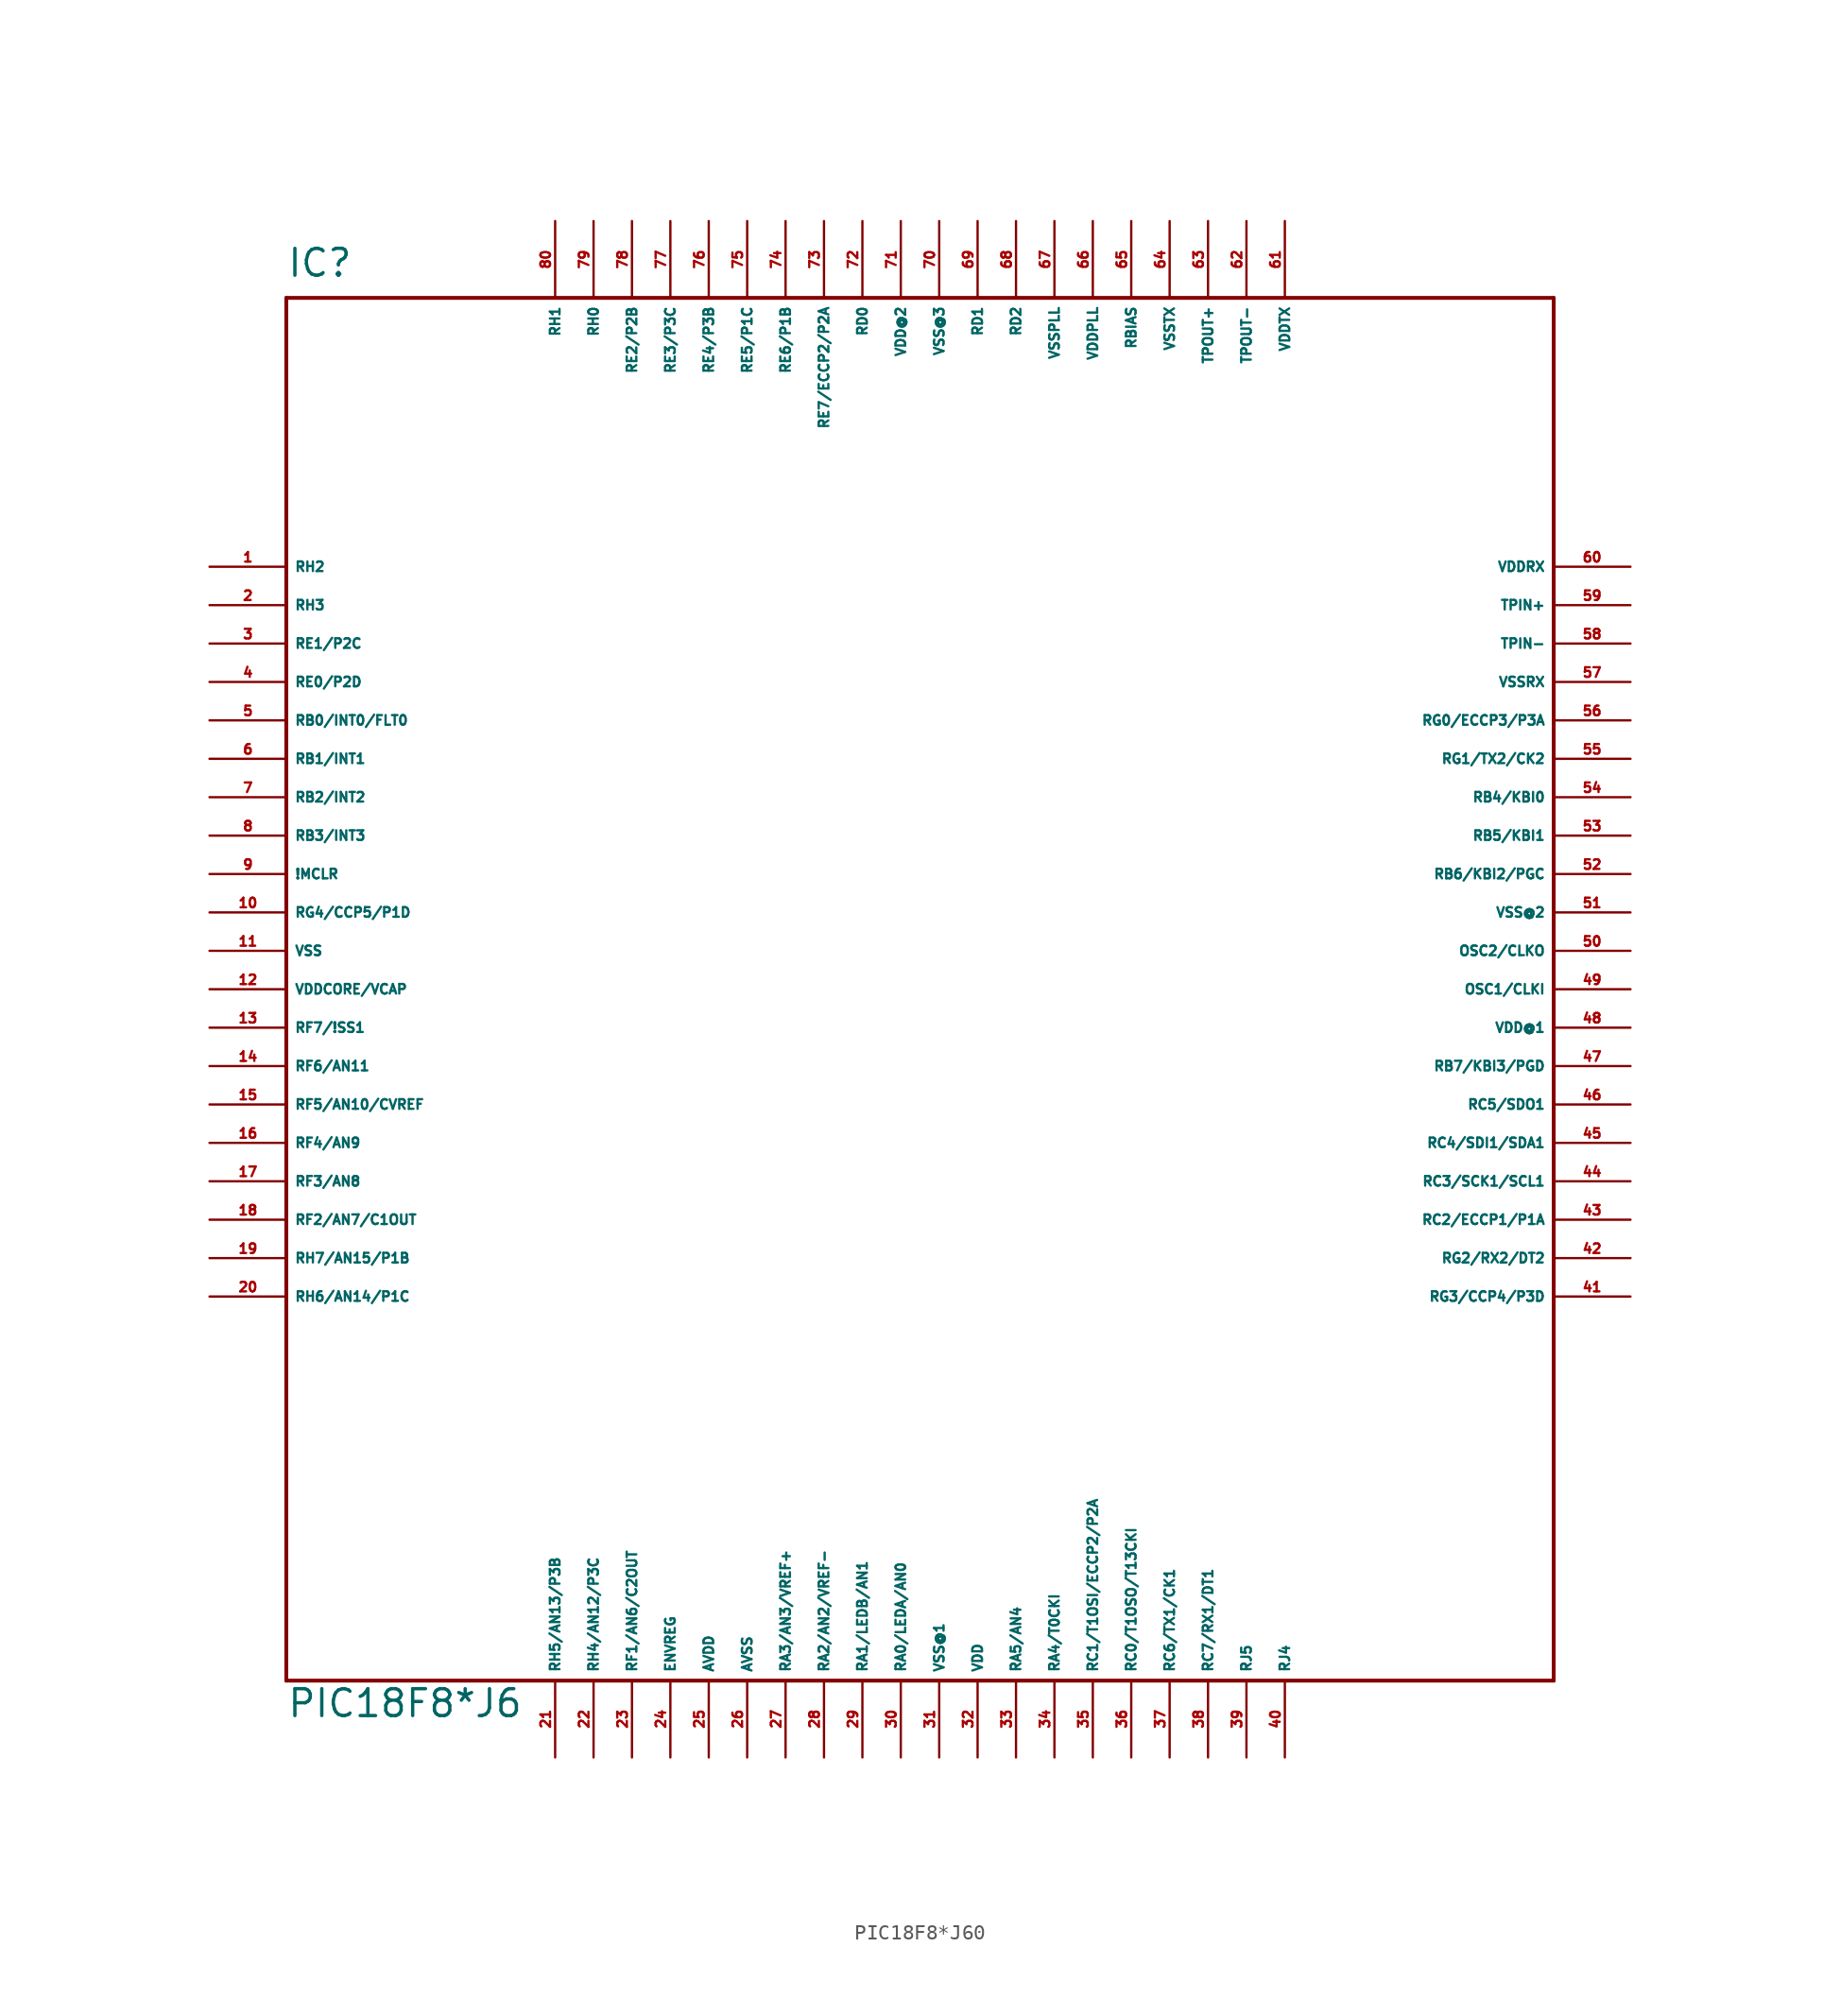
<source format=kicad_sym>
(kicad_symbol_lib
  (version 20220914)
  (generator Eagle2Kicad)
  (symbol "PIC18F8*J60"
    (property "Reference" "IC"
      (at -43.18 44.45 0)
      (effects (font (size 1.778 1.778) (thickness 0.22)) (justify left bottom)))
    (property "Value" "PIC18F8*J6"
      (at -43.18 -50.8 0)
      (effects (font (size 1.778 1.778) (thickness 0.22)) (justify left bottom)))
    (polyline
      (pts (xy -43.18 -48.26) (xy 40.64 -48.26))
      (stroke (width 0.254) (type default))
      (fill (type none)))
    (polyline
      (pts (xy 40.64 -48.26) (xy 40.64 43.18))
      (stroke (width 0.254) (type default))
      (fill (type none)))
    (polyline
      (pts (xy 40.64 43.18) (xy -43.18 43.18))
      (stroke (width 0.254) (type default))
      (fill (type none)))
    (polyline
      (pts (xy -43.18 43.18) (xy -43.18 -48.26))
      (stroke (width 0.254) (type default))
      (fill (type none)))
    (pin bidirectional line
      (at -48.26 25.4 0)
      (length 5.08)
      (name "RH2" (effects (font (size 0.635 0.635) (thickness 0.08)) (justify left bottom)))
      (number "1" (effects (font (size 0.635 0.635) (thickness 0.08)) (justify left bottom))))
    (pin bidirectional line
      (at -48.26 22.86 0)
      (length 5.08)
      (name "RH3" (effects (font (size 0.635 0.635) (thickness 0.08)) (justify left bottom)))
      (number "2" (effects (font (size 0.635 0.635) (thickness 0.08)) (justify left bottom))))
    (pin bidirectional line
      (at -48.26 20.32 0)
      (length 5.08)
      (name "RE1/P2C" (effects (font (size 0.635 0.635) (thickness 0.08)) (justify left bottom)))
      (number "3" (effects (font (size 0.635 0.635) (thickness 0.08)) (justify left bottom))))
    (pin bidirectional line
      (at -48.26 17.78 0)
      (length 5.08)
      (name "RE0/P2D" (effects (font (size 0.635 0.635) (thickness 0.08)) (justify left bottom)))
      (number "4" (effects (font (size 0.635 0.635) (thickness 0.08)) (justify left bottom))))
    (pin bidirectional line
      (at -48.26 15.24 0)
      (length 5.08)
      (name "RB0/INT0/FLT0" (effects (font (size 0.635 0.635) (thickness 0.08)) (justify left bottom)))
      (number "5" (effects (font (size 0.635 0.635) (thickness 0.08)) (justify left bottom))))
    (pin bidirectional line
      (at -48.26 12.7 0)
      (length 5.08)
      (name "RB1/INT1" (effects (font (size 0.635 0.635) (thickness 0.08)) (justify left bottom)))
      (number "6" (effects (font (size 0.635 0.635) (thickness 0.08)) (justify left bottom))))
    (pin bidirectional line
      (at -48.26 10.16 0)
      (length 5.08)
      (name "RB2/INT2" (effects (font (size 0.635 0.635) (thickness 0.08)) (justify left bottom)))
      (number "7" (effects (font (size 0.635 0.635) (thickness 0.08)) (justify left bottom))))
    (pin bidirectional line
      (at -48.26 7.62 0)
      (length 5.08)
      (name "RB3/INT3" (effects (font (size 0.635 0.635) (thickness 0.08)) (justify left bottom)))
      (number "8" (effects (font (size 0.635 0.635) (thickness 0.08)) (justify left bottom))))
    (pin input line
      (at -48.26 5.08 0)
      (length 5.08)
      (name "!MCLR" (effects (font (size 0.635 0.635) (thickness 0.08)) (justify left bottom)))
      (number "9" (effects (font (size 0.635 0.635) (thickness 0.08)) (justify left bottom))))
    (pin bidirectional line
      (at -48.26 2.54 0)
      (length 5.08)
      (name "RG4/CCP5/P1D" (effects (font (size 0.635 0.635) (thickness 0.08)) (justify left bottom)))
      (number "10" (effects (font (size 0.635 0.635) (thickness 0.08)) (justify left bottom))))
    (pin unspecified line
      (at -48.26 0 0)
      (length 5.08)
      (name "VSS" (effects (font (size 0.635 0.635) (thickness 0.08)) (justify left bottom)))
      (number "11" (effects (font (size 0.635 0.635) (thickness 0.08)) (justify left bottom))))
    (pin input line
      (at -48.26 -2.54 0)
      (length 5.08)
      (name "VDDCORE/VCAP" (effects (font (size 0.635 0.635) (thickness 0.08)) (justify left bottom)))
      (number "12" (effects (font (size 0.635 0.635) (thickness 0.08)) (justify left bottom))))
    (pin bidirectional line
      (at -48.26 -5.08 0)
      (length 5.08)
      (name "RF7/!SS1" (effects (font (size 0.635 0.635) (thickness 0.08)) (justify left bottom)))
      (number "13" (effects (font (size 0.635 0.635) (thickness 0.08)) (justify left bottom))))
    (pin bidirectional line
      (at -48.26 -7.62 0)
      (length 5.08)
      (name "RF6/AN11" (effects (font (size 0.635 0.635) (thickness 0.08)) (justify left bottom)))
      (number "14" (effects (font (size 0.635 0.635) (thickness 0.08)) (justify left bottom))))
    (pin bidirectional line
      (at -48.26 -10.16 0)
      (length 5.08)
      (name "RF5/AN10/CVREF" (effects (font (size 0.635 0.635) (thickness 0.08)) (justify left bottom)))
      (number "15" (effects (font (size 0.635 0.635) (thickness 0.08)) (justify left bottom))))
    (pin bidirectional line
      (at -48.26 -12.7 0)
      (length 5.08)
      (name "RF4/AN9" (effects (font (size 0.635 0.635) (thickness 0.08)) (justify left bottom)))
      (number "16" (effects (font (size 0.635 0.635) (thickness 0.08)) (justify left bottom))))
    (pin bidirectional line
      (at -48.26 -15.24 0)
      (length 5.08)
      (name "RF3/AN8" (effects (font (size 0.635 0.635) (thickness 0.08)) (justify left bottom)))
      (number "17" (effects (font (size 0.635 0.635) (thickness 0.08)) (justify left bottom))))
    (pin bidirectional line
      (at -48.26 -17.78 0)
      (length 5.08)
      (name "RF2/AN7/C1OUT" (effects (font (size 0.635 0.635) (thickness 0.08)) (justify left bottom)))
      (number "18" (effects (font (size 0.635 0.635) (thickness 0.08)) (justify left bottom))))
    (pin bidirectional line
      (at -48.26 -20.32 0)
      (length 5.08)
      (name "RH7/AN15/P1B" (effects (font (size 0.635 0.635) (thickness 0.08)) (justify left bottom)))
      (number "19" (effects (font (size 0.635 0.635) (thickness 0.08)) (justify left bottom))))
    (pin bidirectional line
      (at -48.26 -22.86 0)
      (length 5.08)
      (name "RH6/AN14/P1C" (effects (font (size 0.635 0.635) (thickness 0.08)) (justify left bottom)))
      (number "20" (effects (font (size 0.635 0.635) (thickness 0.08)) (justify left bottom))))
    (pin bidirectional line
      (at -25.4 -53.34 90)
      (length 5.08)
      (name "RH5/AN13/P3B" (effects (font (size 0.635 0.635) (thickness 0.08)) (justify left bottom)))
      (number "21" (effects (font (size 0.635 0.635) (thickness 0.08)) (justify left bottom))))
    (pin bidirectional line
      (at -22.86 -53.34 90)
      (length 5.08)
      (name "RH4/AN12/P3C" (effects (font (size 0.635 0.635) (thickness 0.08)) (justify left bottom)))
      (number "22" (effects (font (size 0.635 0.635) (thickness 0.08)) (justify left bottom))))
    (pin bidirectional line
      (at -20.32 -53.34 90)
      (length 5.08)
      (name "RF1/AN6/C2OUT" (effects (font (size 0.635 0.635) (thickness 0.08)) (justify left bottom)))
      (number "23" (effects (font (size 0.635 0.635) (thickness 0.08)) (justify left bottom))))
    (pin input line
      (at -17.78 -53.34 90)
      (length 5.08)
      (name "ENVREG" (effects (font (size 0.635 0.635) (thickness 0.08)) (justify left bottom)))
      (number "24" (effects (font (size 0.635 0.635) (thickness 0.08)) (justify left bottom))))
    (pin input line
      (at -15.24 -53.34 90)
      (length 5.08)
      (name "AVDD" (effects (font (size 0.635 0.635) (thickness 0.08)) (justify left bottom)))
      (number "25" (effects (font (size 0.635 0.635) (thickness 0.08)) (justify left bottom))))
    (pin input line
      (at -12.7 -53.34 90)
      (length 5.08)
      (name "AVSS" (effects (font (size 0.635 0.635) (thickness 0.08)) (justify left bottom)))
      (number "26" (effects (font (size 0.635 0.635) (thickness 0.08)) (justify left bottom))))
    (pin bidirectional line
      (at -10.16 -53.34 90)
      (length 5.08)
      (name "RA3/AN3/VREF+" (effects (font (size 0.635 0.635) (thickness 0.08)) (justify left bottom)))
      (number "27" (effects (font (size 0.635 0.635) (thickness 0.08)) (justify left bottom))))
    (pin bidirectional line
      (at -7.62 -53.34 90)
      (length 5.08)
      (name "RA2/AN2/VREF-" (effects (font (size 0.635 0.635) (thickness 0.08)) (justify left bottom)))
      (number "28" (effects (font (size 0.635 0.635) (thickness 0.08)) (justify left bottom))))
    (pin bidirectional line
      (at -5.08 -53.34 90)
      (length 5.08)
      (name "RA1/LEDB/AN1" (effects (font (size 0.635 0.635) (thickness 0.08)) (justify left bottom)))
      (number "29" (effects (font (size 0.635 0.635) (thickness 0.08)) (justify left bottom))))
    (pin bidirectional line
      (at -2.54 -53.34 90)
      (length 5.08)
      (name "RA0/LEDA/AN0" (effects (font (size 0.635 0.635) (thickness 0.08)) (justify left bottom)))
      (number "30" (effects (font (size 0.635 0.635) (thickness 0.08)) (justify left bottom))))
    (pin unspecified line
      (at 0 -53.34 90)
      (length 5.08)
      (name "VSS@1" (effects (font (size 0.635 0.635) (thickness 0.08)) (justify left bottom)))
      (number "31" (effects (font (size 0.635 0.635) (thickness 0.08)) (justify left bottom))))
    (pin unspecified line
      (at 2.54 -53.34 90)
      (length 5.08)
      (name "VDD" (effects (font (size 0.635 0.635) (thickness 0.08)) (justify left bottom)))
      (number "32" (effects (font (size 0.635 0.635) (thickness 0.08)) (justify left bottom))))
    (pin bidirectional line
      (at 5.08 -53.34 90)
      (length 5.08)
      (name "RA5/AN4" (effects (font (size 0.635 0.635) (thickness 0.08)) (justify left bottom)))
      (number "33" (effects (font (size 0.635 0.635) (thickness 0.08)) (justify left bottom))))
    (pin bidirectional line
      (at 7.62 -53.34 90)
      (length 5.08)
      (name "RA4/T0CKI" (effects (font (size 0.635 0.635) (thickness 0.08)) (justify left bottom)))
      (number "34" (effects (font (size 0.635 0.635) (thickness 0.08)) (justify left bottom))))
    (pin bidirectional line
      (at 10.16 -53.34 90)
      (length 5.08)
      (name "RC1/T1OSI/ECCP2/P2A" (effects (font (size 0.635 0.635) (thickness 0.08)) (justify left bottom)))
      (number "35" (effects (font (size 0.635 0.635) (thickness 0.08)) (justify left bottom))))
    (pin bidirectional line
      (at 12.7 -53.34 90)
      (length 5.08)
      (name "RC0/T1OSO/T13CKI" (effects (font (size 0.635 0.635) (thickness 0.08)) (justify left bottom)))
      (number "36" (effects (font (size 0.635 0.635) (thickness 0.08)) (justify left bottom))))
    (pin bidirectional line
      (at 15.24 -53.34 90)
      (length 5.08)
      (name "RC6/TX1/CK1" (effects (font (size 0.635 0.635) (thickness 0.08)) (justify left bottom)))
      (number "37" (effects (font (size 0.635 0.635) (thickness 0.08)) (justify left bottom))))
    (pin bidirectional line
      (at 17.78 -53.34 90)
      (length 5.08)
      (name "RC7/RX1/DT1" (effects (font (size 0.635 0.635) (thickness 0.08)) (justify left bottom)))
      (number "38" (effects (font (size 0.635 0.635) (thickness 0.08)) (justify left bottom))))
    (pin bidirectional line
      (at 20.32 -53.34 90)
      (length 5.08)
      (name "RJ5" (effects (font (size 0.635 0.635) (thickness 0.08)) (justify left bottom)))
      (number "39" (effects (font (size 0.635 0.635) (thickness 0.08)) (justify left bottom))))
    (pin bidirectional line
      (at 22.86 -53.34 90)
      (length 5.08)
      (name "RJ4" (effects (font (size 0.635 0.635) (thickness 0.08)) (justify left bottom)))
      (number "40" (effects (font (size 0.635 0.635) (thickness 0.08)) (justify left bottom))))
    (pin bidirectional line
      (at 45.72 -22.86 180)
      (length 5.08)
      (name "RG3/CCP4/P3D" (effects (font (size 0.635 0.635) (thickness 0.08)) (justify left bottom)))
      (number "41" (effects (font (size 0.635 0.635) (thickness 0.08)) (justify left bottom))))
    (pin bidirectional line
      (at 45.72 -20.32 180)
      (length 5.08)
      (name "RG2/RX2/DT2" (effects (font (size 0.635 0.635) (thickness 0.08)) (justify left bottom)))
      (number "42" (effects (font (size 0.635 0.635) (thickness 0.08)) (justify left bottom))))
    (pin bidirectional line
      (at 45.72 -17.78 180)
      (length 5.08)
      (name "RC2/ECCP1/P1A" (effects (font (size 0.635 0.635) (thickness 0.08)) (justify left bottom)))
      (number "43" (effects (font (size 0.635 0.635) (thickness 0.08)) (justify left bottom))))
    (pin bidirectional line
      (at 45.72 -15.24 180)
      (length 5.08)
      (name "RC3/SCK1/SCL1" (effects (font (size 0.635 0.635) (thickness 0.08)) (justify left bottom)))
      (number "44" (effects (font (size 0.635 0.635) (thickness 0.08)) (justify left bottom))))
    (pin bidirectional line
      (at 45.72 -12.7 180)
      (length 5.08)
      (name "RC4/SDI1/SDA1" (effects (font (size 0.635 0.635) (thickness 0.08)) (justify left bottom)))
      (number "45" (effects (font (size 0.635 0.635) (thickness 0.08)) (justify left bottom))))
    (pin bidirectional line
      (at 45.72 -10.16 180)
      (length 5.08)
      (name "RC5/SDO1" (effects (font (size 0.635 0.635) (thickness 0.08)) (justify left bottom)))
      (number "46" (effects (font (size 0.635 0.635) (thickness 0.08)) (justify left bottom))))
    (pin bidirectional line
      (at 45.72 -7.62 180)
      (length 5.08)
      (name "RB7/KBI3/PGD" (effects (font (size 0.635 0.635) (thickness 0.08)) (justify left bottom)))
      (number "47" (effects (font (size 0.635 0.635) (thickness 0.08)) (justify left bottom))))
    (pin unspecified line
      (at 45.72 -5.08 180)
      (length 5.08)
      (name "VDD@1" (effects (font (size 0.635 0.635) (thickness 0.08)) (justify left bottom)))
      (number "48" (effects (font (size 0.635 0.635) (thickness 0.08)) (justify left bottom))))
    (pin input line
      (at 45.72 -2.54 180)
      (length 5.08)
      (name "OSC1/CLKI" (effects (font (size 0.635 0.635) (thickness 0.08)) (justify left bottom)))
      (number "49" (effects (font (size 0.635 0.635) (thickness 0.08)) (justify left bottom))))
    (pin output line
      (at 45.72 0 180)
      (length 5.08)
      (name "OSC2/CLKO" (effects (font (size 0.635 0.635) (thickness 0.08)) (justify left bottom)))
      (number "50" (effects (font (size 0.635 0.635) (thickness 0.08)) (justify left bottom))))
    (pin unspecified line
      (at 45.72 2.54 180)
      (length 5.08)
      (name "VSS@2" (effects (font (size 0.635 0.635) (thickness 0.08)) (justify left bottom)))
      (number "51" (effects (font (size 0.635 0.635) (thickness 0.08)) (justify left bottom))))
    (pin bidirectional line
      (at 45.72 5.08 180)
      (length 5.08)
      (name "RB6/KBI2/PGC" (effects (font (size 0.635 0.635) (thickness 0.08)) (justify left bottom)))
      (number "52" (effects (font (size 0.635 0.635) (thickness 0.08)) (justify left bottom))))
    (pin bidirectional line
      (at 45.72 7.62 180)
      (length 5.08)
      (name "RB5/KBI1" (effects (font (size 0.635 0.635) (thickness 0.08)) (justify left bottom)))
      (number "53" (effects (font (size 0.635 0.635) (thickness 0.08)) (justify left bottom))))
    (pin bidirectional line
      (at 45.72 10.16 180)
      (length 5.08)
      (name "RB4/KBI0" (effects (font (size 0.635 0.635) (thickness 0.08)) (justify left bottom)))
      (number "54" (effects (font (size 0.635 0.635) (thickness 0.08)) (justify left bottom))))
    (pin bidirectional line
      (at 45.72 12.7 180)
      (length 5.08)
      (name "RG1/TX2/CK2" (effects (font (size 0.635 0.635) (thickness 0.08)) (justify left bottom)))
      (number "55" (effects (font (size 0.635 0.635) (thickness 0.08)) (justify left bottom))))
    (pin bidirectional line
      (at 45.72 15.24 180)
      (length 5.08)
      (name "RG0/ECCP3/P3A" (effects (font (size 0.635 0.635) (thickness 0.08)) (justify left bottom)))
      (number "56" (effects (font (size 0.635 0.635) (thickness 0.08)) (justify left bottom))))
    (pin input line
      (at 45.72 17.78 180)
      (length 5.08)
      (name "VSSRX" (effects (font (size 0.635 0.635) (thickness 0.08)) (justify left bottom)))
      (number "57" (effects (font (size 0.635 0.635) (thickness 0.08)) (justify left bottom))))
    (pin input line
      (at 45.72 20.32 180)
      (length 5.08)
      (name "TPIN-" (effects (font (size 0.635 0.635) (thickness 0.08)) (justify left bottom)))
      (number "58" (effects (font (size 0.635 0.635) (thickness 0.08)) (justify left bottom))))
    (pin input line
      (at 45.72 22.86 180)
      (length 5.08)
      (name "TPIN+" (effects (font (size 0.635 0.635) (thickness 0.08)) (justify left bottom)))
      (number "59" (effects (font (size 0.635 0.635) (thickness 0.08)) (justify left bottom))))
    (pin input line
      (at 45.72 25.4 180)
      (length 5.08)
      (name "VDDRX" (effects (font (size 0.635 0.635) (thickness 0.08)) (justify left bottom)))
      (number "60" (effects (font (size 0.635 0.635) (thickness 0.08)) (justify left bottom))))
    (pin input line
      (at 22.86 48.26 270)
      (length 5.08)
      (name "VDDTX" (effects (font (size 0.635 0.635) (thickness 0.08)) (justify left bottom)))
      (number "61" (effects (font (size 0.635 0.635) (thickness 0.08)) (justify left bottom))))
    (pin output line
      (at 20.32 48.26 270)
      (length 5.08)
      (name "TPOUT-" (effects (font (size 0.635 0.635) (thickness 0.08)) (justify left bottom)))
      (number "62" (effects (font (size 0.635 0.635) (thickness 0.08)) (justify left bottom))))
    (pin output line
      (at 17.78 48.26 270)
      (length 5.08)
      (name "TPOUT+" (effects (font (size 0.635 0.635) (thickness 0.08)) (justify left bottom)))
      (number "63" (effects (font (size 0.635 0.635) (thickness 0.08)) (justify left bottom))))
    (pin input line
      (at 15.24 48.26 270)
      (length 5.08)
      (name "VSSTX" (effects (font (size 0.635 0.635) (thickness 0.08)) (justify left bottom)))
      (number "64" (effects (font (size 0.635 0.635) (thickness 0.08)) (justify left bottom))))
    (pin input line
      (at 12.7 48.26 270)
      (length 5.08)
      (name "RBIAS" (effects (font (size 0.635 0.635) (thickness 0.08)) (justify left bottom)))
      (number "65" (effects (font (size 0.635 0.635) (thickness 0.08)) (justify left bottom))))
    (pin input line
      (at 10.16 48.26 270)
      (length 5.08)
      (name "VDDPLL" (effects (font (size 0.635 0.635) (thickness 0.08)) (justify left bottom)))
      (number "66" (effects (font (size 0.635 0.635) (thickness 0.08)) (justify left bottom))))
    (pin input line
      (at 7.62 48.26 270)
      (length 5.08)
      (name "VSSPLL" (effects (font (size 0.635 0.635) (thickness 0.08)) (justify left bottom)))
      (number "67" (effects (font (size 0.635 0.635) (thickness 0.08)) (justify left bottom))))
    (pin bidirectional line
      (at 5.08 48.26 270)
      (length 5.08)
      (name "RD2" (effects (font (size 0.635 0.635) (thickness 0.08)) (justify left bottom)))
      (number "68" (effects (font (size 0.635 0.635) (thickness 0.08)) (justify left bottom))))
    (pin bidirectional line
      (at 2.54 48.26 270)
      (length 5.08)
      (name "RD1" (effects (font (size 0.635 0.635) (thickness 0.08)) (justify left bottom)))
      (number "69" (effects (font (size 0.635 0.635) (thickness 0.08)) (justify left bottom))))
    (pin unspecified line
      (at 0 48.26 270)
      (length 5.08)
      (name "VSS@3" (effects (font (size 0.635 0.635) (thickness 0.08)) (justify left bottom)))
      (number "70" (effects (font (size 0.635 0.635) (thickness 0.08)) (justify left bottom))))
    (pin unspecified line
      (at -2.54 48.26 270)
      (length 5.08)
      (name "VDD@2" (effects (font (size 0.635 0.635) (thickness 0.08)) (justify left bottom)))
      (number "71" (effects (font (size 0.635 0.635) (thickness 0.08)) (justify left bottom))))
    (pin bidirectional line
      (at -5.08 48.26 270)
      (length 5.08)
      (name "RD0" (effects (font (size 0.635 0.635) (thickness 0.08)) (justify left bottom)))
      (number "72" (effects (font (size 0.635 0.635) (thickness 0.08)) (justify left bottom))))
    (pin bidirectional line
      (at -7.62 48.26 270)
      (length 5.08)
      (name "RE7/ECCP2/P2A" (effects (font (size 0.635 0.635) (thickness 0.08)) (justify left bottom)))
      (number "73" (effects (font (size 0.635 0.635) (thickness 0.08)) (justify left bottom))))
    (pin bidirectional line
      (at -10.16 48.26 270)
      (length 5.08)
      (name "RE6/P1B" (effects (font (size 0.635 0.635) (thickness 0.08)) (justify left bottom)))
      (number "74" (effects (font (size 0.635 0.635) (thickness 0.08)) (justify left bottom))))
    (pin bidirectional line
      (at -12.7 48.26 270)
      (length 5.08)
      (name "RE5/P1C" (effects (font (size 0.635 0.635) (thickness 0.08)) (justify left bottom)))
      (number "75" (effects (font (size 0.635 0.635) (thickness 0.08)) (justify left bottom))))
    (pin bidirectional line
      (at -15.24 48.26 270)
      (length 5.08)
      (name "RE4/P3B" (effects (font (size 0.635 0.635) (thickness 0.08)) (justify left bottom)))
      (number "76" (effects (font (size 0.635 0.635) (thickness 0.08)) (justify left bottom))))
    (pin bidirectional line
      (at -17.78 48.26 270)
      (length 5.08)
      (name "RE3/P3C" (effects (font (size 0.635 0.635) (thickness 0.08)) (justify left bottom)))
      (number "77" (effects (font (size 0.635 0.635) (thickness 0.08)) (justify left bottom))))
    (pin bidirectional line
      (at -20.32 48.26 270)
      (length 5.08)
      (name "RE2/P2B" (effects (font (size 0.635 0.635) (thickness 0.08)) (justify left bottom)))
      (number "78" (effects (font (size 0.635 0.635) (thickness 0.08)) (justify left bottom))))
    (pin bidirectional line
      (at -22.86 48.26 270)
      (length 5.08)
      (name "RH0" (effects (font (size 0.635 0.635) (thickness 0.08)) (justify left bottom)))
      (number "79" (effects (font (size 0.635 0.635) (thickness 0.08)) (justify left bottom))))
    (pin bidirectional line
      (at -25.4 48.26 270)
      (length 5.08)
      (name "RH1" (effects (font (size 0.635 0.635) (thickness 0.08)) (justify left bottom)))
      (number "80" (effects (font (size 0.635 0.635) (thickness 0.08)) (justify left bottom))))))
</source>
